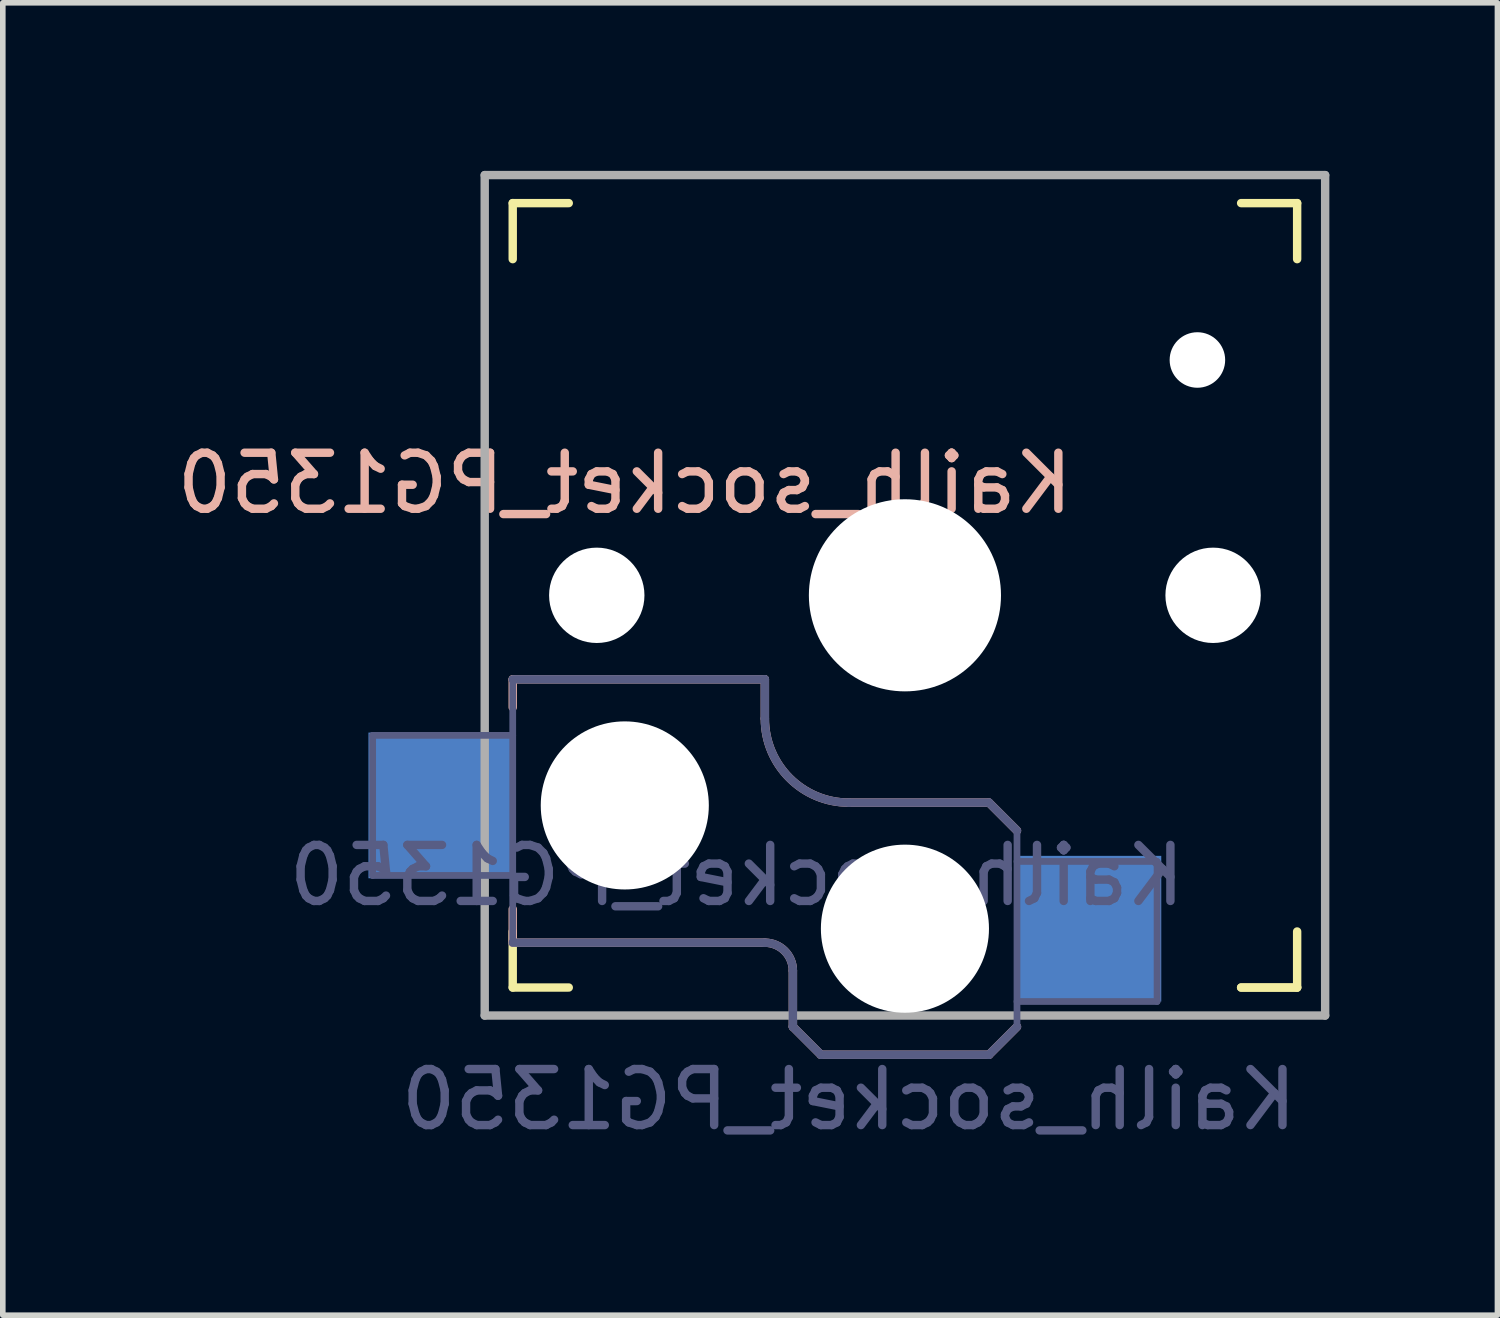
<source format=kicad_pcb>
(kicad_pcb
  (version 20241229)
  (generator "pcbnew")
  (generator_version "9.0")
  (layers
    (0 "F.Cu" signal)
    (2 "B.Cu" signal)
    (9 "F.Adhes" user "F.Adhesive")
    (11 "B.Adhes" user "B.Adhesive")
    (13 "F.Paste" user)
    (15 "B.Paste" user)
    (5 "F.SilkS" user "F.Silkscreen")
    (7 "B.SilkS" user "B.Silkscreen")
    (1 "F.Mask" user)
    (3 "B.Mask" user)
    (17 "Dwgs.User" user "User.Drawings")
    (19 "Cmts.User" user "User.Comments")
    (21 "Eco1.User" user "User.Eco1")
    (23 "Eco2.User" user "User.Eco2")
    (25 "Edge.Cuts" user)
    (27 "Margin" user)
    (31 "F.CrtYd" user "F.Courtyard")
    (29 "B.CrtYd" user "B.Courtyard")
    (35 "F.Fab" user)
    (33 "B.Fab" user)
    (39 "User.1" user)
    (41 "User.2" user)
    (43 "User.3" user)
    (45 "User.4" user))
  (footprint "Kailh_socket_PG1350"
    (layer "F.Cu")
    (at 13.101 7.575)
    (property "Reference" "Kailh_socket_PG1350" (at -5 -2 0) (layer "B.SilkS") (effects (font (size 1 1) (thickness 0.15)) (justify mirror)))
    (property "Value" "Kailh_socket_PG1350" (at 0 8.255 0) (layer "F.Fab") (hide yes) (effects (font (size 1 1) (thickness 0.15))))
    (attr smd)
    (fp_line (start -7 -6) (end -7 -7) (stroke (width 0.15) (type solid)) (layer "F.SilkS"))
    (fp_line (start -7 7) (end -7 6) (stroke (width 0.15) (type solid)) (layer "F.SilkS"))
    (fp_line (start -7 7) (end -6 7) (stroke (width 0.15) (type solid)) (layer "F.SilkS"))
    (fp_line (start -6 -7) (end -7 -7) (stroke (width 0.15) (type solid)) (layer "F.SilkS"))
    (fp_line (start 6 7) (end 7 7) (stroke (width 0.15) (type solid)) (layer "F.SilkS"))
    (fp_line (start 7 -7) (end 6 -7) (stroke (width 0.15) (type solid)) (layer "F.SilkS"))
    (fp_line (start 7 -7) (end 7 -6) (stroke (width 0.15) (type solid)) (layer "F.SilkS"))
    (fp_line (start 7 6) (end 7 7) (stroke (width 0.15) (type solid)) (layer "F.SilkS"))
    (fp_line (start 7 7) (end 6 7) (stroke (width 0.15) (type solid)) (layer "F.SilkS"))
    (fp_line (start -7 1.5) (end -7 2) (stroke (width 0.15) (type solid)) (layer "B.SilkS"))
    (fp_line (start -7 5.6) (end -7 6.2) (stroke (width 0.15) (type solid)) (layer "B.SilkS"))
    (fp_line (start -7 6.2) (end -2.5 6.2) (stroke (width 0.15) (type solid)) (layer "B.SilkS"))
    (fp_line (start -2.5 1.5) (end -7 1.5) (stroke (width 0.15) (type solid)) (layer "B.SilkS"))
    (fp_line (start -2.5 2.2) (end -2.5 1.5) (stroke (width 0.15) (type solid)) (layer "B.SilkS"))
    (fp_line (start -2 6.7) (end -2 7.7) (stroke (width 0.15) (type solid)) (layer "B.SilkS"))
    (fp_line (start -1.5 8.2) (end -2 7.7) (stroke (width 0.15) (type solid)) (layer "B.SilkS"))
    (fp_line (start 1.5 3.7) (end -1 3.7) (stroke (width 0.15) (type solid)) (layer "B.SilkS"))
    (fp_line (start 1.5 8.2) (end -1.5 8.2) (stroke (width 0.15) (type solid)) (layer "B.SilkS"))
    (fp_line (start 2 4.2) (end 1.5 3.7) (stroke (width 0.15) (type solid)) (layer "B.SilkS"))
    (fp_line (start 2 7.7) (end 1.5 8.2) (stroke (width 0.15) (type solid)) (layer "B.SilkS"))
    (fp_arc (start -2.5 6.2) (mid -2.146447 6.346447) (end -2 6.7) (stroke (width 0.15) (type solid)) (layer "B.SilkS"))
    (fp_arc (start -1 3.7) (mid -2.06066 3.26066) (end -2.5 2.2) (stroke (width 0.15) (type solid)) (layer "B.SilkS"))
    (fp_line (start -6.9 6.9) (end -6.9 -6.9) (stroke (width 0.15) (type solid)) (layer "Eco2.User"))
    (fp_line (start -6.9 6.9) (end 6.9 6.9) (stroke (width 0.15) (type solid)) (layer "Eco2.User"))
    (fp_line (start -2.6 -3.1) (end -2.6 -6.3) (stroke (width 0.15) (type solid)) (layer "Eco2.User"))
    (fp_line (start -2.6 -3.1) (end 2.6 -3.1) (stroke (width 0.15) (type solid)) (layer "Eco2.User"))
    (fp_line (start 2.6 -6.3) (end -2.6 -6.3) (stroke (width 0.15) (type solid)) (layer "Eco2.User"))
    (fp_line (start 2.6 -3.1) (end 2.6 -6.3) (stroke (width 0.15) (type solid)) (layer "Eco2.User"))
    (fp_line (start 6.9 -6.9) (end -6.9 -6.9) (stroke (width 0.15) (type solid)) (layer "Eco2.User"))
    (fp_line (start 6.9 -6.9) (end 6.9 6.9) (stroke (width 0.15) (type solid)) (layer "Eco2.User"))
    (fp_line (start -9.5 2.5) (end -7 2.5) (stroke (width 0.12) (type solid)) (layer "B.Fab"))
    (fp_line (start -9.5 5) (end -9.5 2.5) (stroke (width 0.12) (type solid)) (layer "B.Fab"))
    (fp_line (start -7 1.5) (end -7 6.2) (stroke (width 0.12) (type solid)) (layer "B.Fab"))
    (fp_line (start -7 5) (end -9.5 5) (stroke (width 0.12) (type solid)) (layer "B.Fab"))
    (fp_line (start -7 6.2) (end -2.5 6.2) (stroke (width 0.15) (type solid)) (layer "B.Fab"))
    (fp_line (start -2.5 1.5) (end -7 1.5) (stroke (width 0.15) (type solid)) (layer "B.Fab"))
    (fp_line (start -2.5 2.2) (end -2.5 1.5) (stroke (width 0.15) (type solid)) (layer "B.Fab"))
    (fp_line (start -2 6.7) (end -2 7.7) (stroke (width 0.15) (type solid)) (layer "B.Fab"))
    (fp_line (start -1.5 8.2) (end -2 7.7) (stroke (width 0.15) (type solid)) (layer "B.Fab"))
    (fp_line (start 1.5 3.7) (end -1 3.7) (stroke (width 0.15) (type solid)) (layer "B.Fab"))
    (fp_line (start 1.5 8.2) (end -1.5 8.2) (stroke (width 0.15) (type solid)) (layer "B.Fab"))
    (fp_line (start 2 4.2) (end 1.5 3.7) (stroke (width 0.15) (type solid)) (layer "B.Fab"))
    (fp_line (start 2 4.25) (end 2 7.7) (stroke (width 0.12) (type solid)) (layer "B.Fab"))
    (fp_line (start 2 4.75) (end 4.5 4.75) (stroke (width 0.12) (type solid)) (layer "B.Fab"))
    (fp_line (start 2 7.7) (end 1.5 8.2) (stroke (width 0.15) (type solid)) (layer "B.Fab"))
    (fp_line (start 4.5 4.75) (end 4.5 7.25) (stroke (width 0.12) (type solid)) (layer "B.Fab"))
    (fp_line (start 4.5 7.25) (end 2 7.25) (stroke (width 0.12) (type solid)) (layer "B.Fab"))
    (fp_arc (start -2.5 6.2) (mid -2.146447 6.346447) (end -2 6.7) (stroke (width 0.15) (type solid)) (layer "B.Fab"))
    (fp_arc (start -1 3.7) (mid -2.06066 3.26066) (end -2.5 2.2) (stroke (width 0.15) (type solid)) (layer "B.Fab"))
    (fp_line (start -7.5 -7.5) (end 7.5 -7.5) (stroke (width 0.15) (type solid)) (layer "F.Fab"))
    (fp_line (start -7.5 7.5) (end -7.5 -7.5) (stroke (width 0.15) (type solid)) (layer "F.Fab"))
    (fp_line (start 7.5 -7.5) (end 7.5 7.5) (stroke (width 0.15) (type solid)) (layer "F.Fab"))
    (fp_line (start 7.5 7.5) (end -7.5 7.5) (stroke (width 0.15) (type solid)) (layer "F.Fab"))
    (fp_text user "${VALUE}" (at -1 9 0) (layer "B.Fab") (effects (font (size 1 1) (thickness 0.15)) (justify mirror)))
    (fp_text user "${REFERENCE}" (at -3 5 0) (layer "B.Fab") (effects (font (size 1 1) (thickness 0.15)) (justify mirror)))
    (pad "" np_thru_hole circle (at -5.5 0) (size 1.702 1.702) (drill 1.702) (layers "*.Cu" "*.Mask"))
    (pad "" np_thru_hole circle (at -5 3.75) (size 3 3) (drill 3) (layers "*.Cu" "*.Mask"))
    (pad "" np_thru_hole circle (at 0 0) (size 3.429 3.429) (drill 3.429) (layers "*.Cu" "*.Mask"))
    (pad "" np_thru_hole circle (at 0 5.95) (size 3 3) (drill 3) (layers "*.Cu" "*.Mask"))
    (pad "" np_thru_hole circle (at 5.22 -4.2) (size 0.991 0.991) (drill 0.991) (layers "*.Cu" "*.Mask"))
    (pad "" np_thru_hole circle (at 5.5 0) (size 1.702 1.702) (drill 1.702) (layers "*.Cu" "*.Mask"))
    (pad "1" smd rect (at 3.275 5.95) (size 2.6 2.6) (layers "B.Cu" "B.Mask" "B.Paste"))
    (pad "2" smd rect (at -8.275 3.75) (size 2.6 2.6) (layers "B.Cu" "B.Mask" "B.Paste")))
  (gr_rect
    (start -3 -3)
    (end 23.676 20.423)
    (stroke (width 0.1) (type default))
    (fill no)
    (layer "Edge.Cuts")))
</source>
